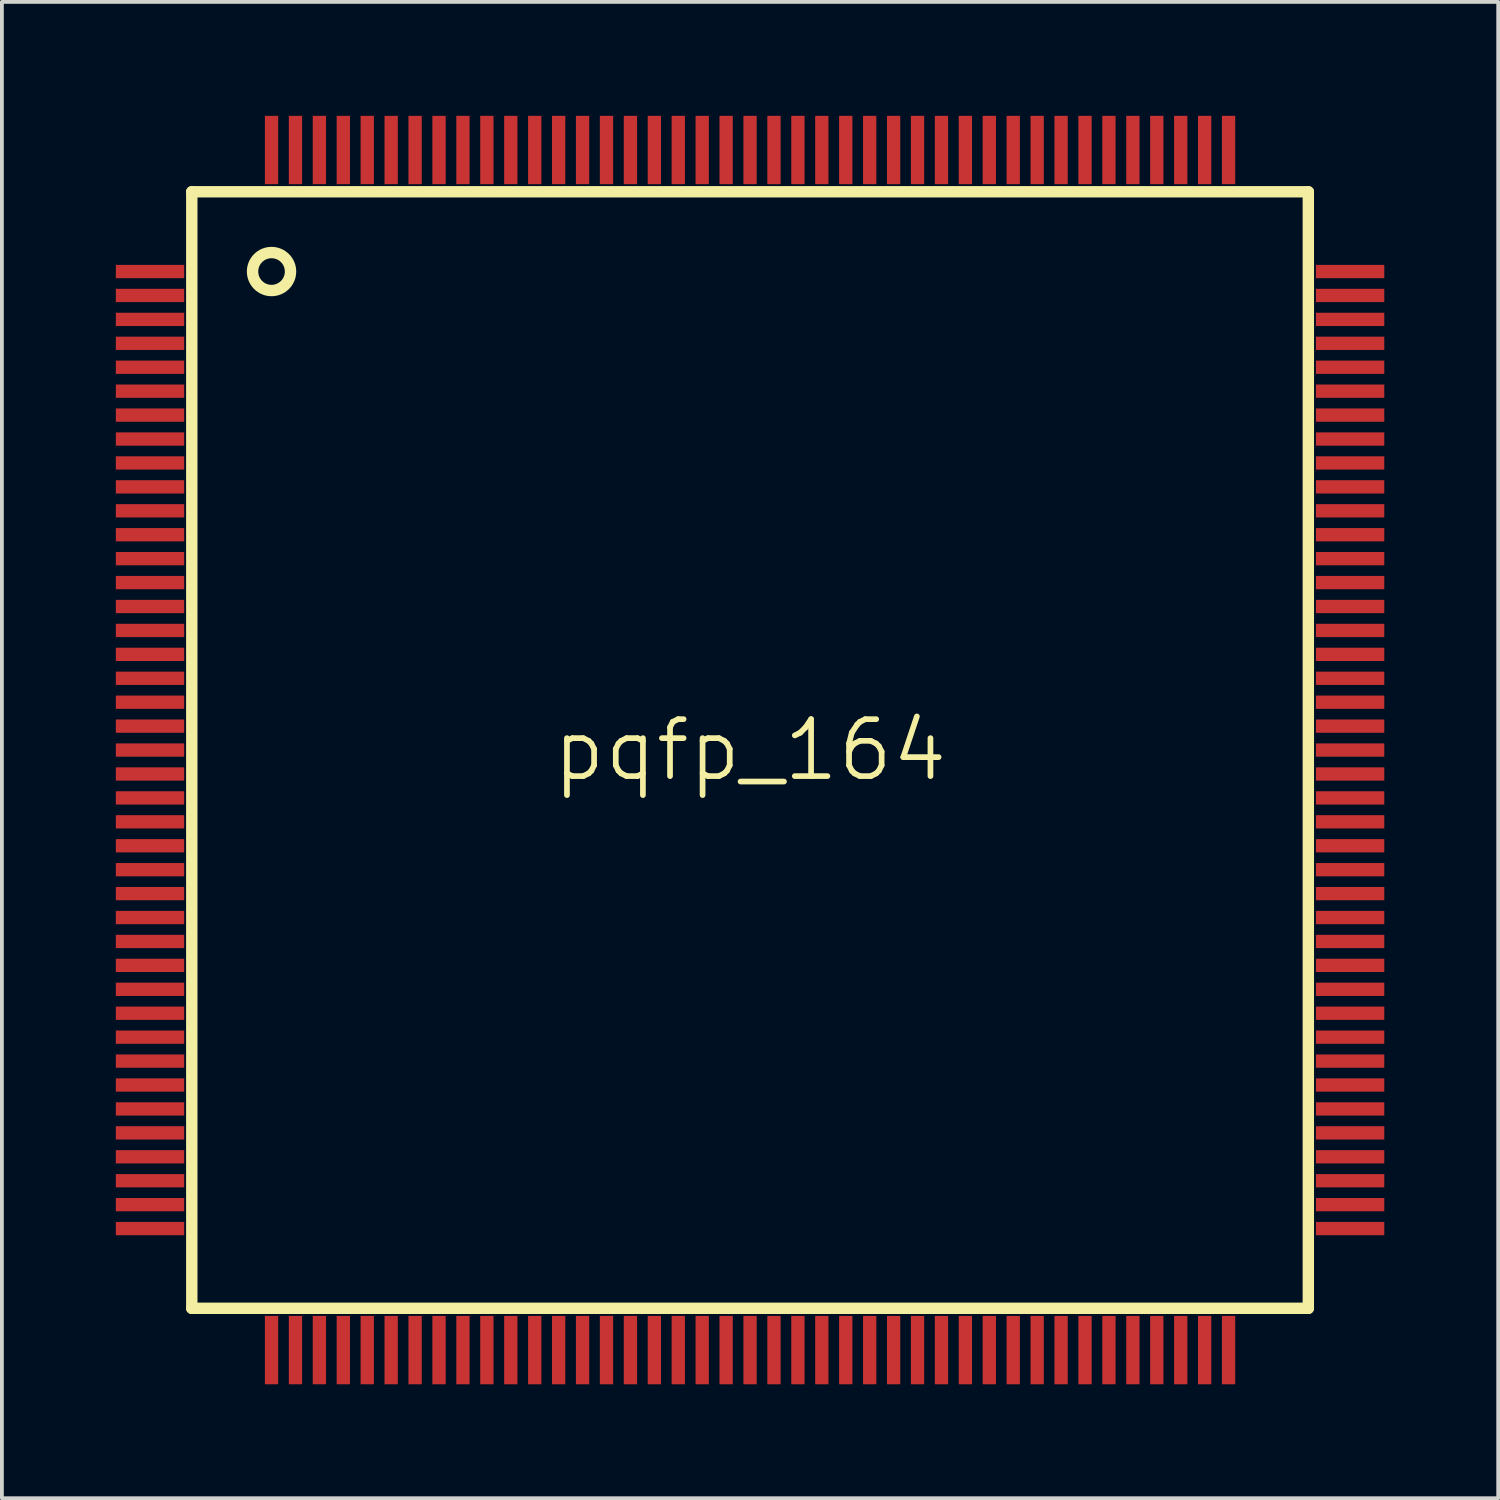
<source format=kicad_pcb>
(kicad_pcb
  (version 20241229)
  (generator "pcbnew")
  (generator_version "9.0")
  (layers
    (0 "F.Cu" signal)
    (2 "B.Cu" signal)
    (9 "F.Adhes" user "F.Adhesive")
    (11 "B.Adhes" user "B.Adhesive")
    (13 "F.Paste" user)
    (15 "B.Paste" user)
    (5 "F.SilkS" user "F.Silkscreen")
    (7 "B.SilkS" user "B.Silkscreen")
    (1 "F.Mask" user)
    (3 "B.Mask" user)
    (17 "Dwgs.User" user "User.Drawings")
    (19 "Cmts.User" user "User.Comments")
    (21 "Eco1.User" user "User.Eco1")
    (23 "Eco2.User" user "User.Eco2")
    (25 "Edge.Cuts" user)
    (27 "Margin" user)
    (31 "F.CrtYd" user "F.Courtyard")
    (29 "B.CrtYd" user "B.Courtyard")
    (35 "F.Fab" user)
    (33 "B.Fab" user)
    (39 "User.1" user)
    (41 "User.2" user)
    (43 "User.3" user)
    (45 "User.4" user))
  (footprint "pqfp_164"
    (layer "F.Cu")
    (at 16.7 16.7)
    (property "Reference" "pqfp_164" (at 0 0 0) (layer "F.SilkS") (effects (font (size 1.5 1.5) (thickness 0.15))))
    (attr through_hole)
    (fp_line (start -14.7 -14.7) (end 14.7 -14.7) (stroke (width 0.3) (type solid)) (layer "F.SilkS"))
    (fp_line (start -14.7 14.7) (end -14.7 -14.7) (stroke (width 0.3) (type solid)) (layer "F.SilkS"))
    (fp_line (start 14.7 -14.7) (end 14.7 14.7) (stroke (width 0.3) (type solid)) (layer "F.SilkS"))
    (fp_line (start 14.7 14.7) (end -14.7 14.7) (stroke (width 0.3) (type solid)) (layer "F.SilkS"))
    (fp_circle (center -12.6 -12.6) (end -12.1 -12.6) (stroke (width 0.3) (type solid)) (fill no) (layer "F.SilkS"))
    (pad "1" smd rect (at -15.8 -12.6 90) (size 0.35 1.8) (layers "F.Cu" "F.Mask" "F.Paste"))
    (pad "2" smd rect (at -15.8 -11.97 90) (size 0.35 1.8) (layers "F.Cu" "F.Mask" "F.Paste"))
    (pad "3" smd rect (at -15.8 -11.34 90) (size 0.35 1.8) (layers "F.Cu" "F.Mask" "F.Paste"))
    (pad "4" smd rect (at -15.8 -10.71 90) (size 0.35 1.8) (layers "F.Cu" "F.Mask" "F.Paste"))
    (pad "5" smd rect (at -15.8 -10.08 90) (size 0.35 1.8) (layers "F.Cu" "F.Mask" "F.Paste"))
    (pad "6" smd rect (at -15.8 -9.45 90) (size 0.35 1.8) (layers "F.Cu" "F.Mask" "F.Paste"))
    (pad "7" smd rect (at -15.8 -8.82 90) (size 0.35 1.8) (layers "F.Cu" "F.Mask" "F.Paste"))
    (pad "8" smd rect (at -15.8 -8.19 90) (size 0.35 1.8) (layers "F.Cu" "F.Mask" "F.Paste"))
    (pad "9" smd rect (at -15.8 -7.56 90) (size 0.35 1.8) (layers "F.Cu" "F.Mask" "F.Paste"))
    (pad "10" smd rect (at -15.8 -6.93 90) (size 0.35 1.8) (layers "F.Cu" "F.Mask" "F.Paste"))
    (pad "11" smd rect (at -15.8 -6.3 90) (size 0.35 1.8) (layers "F.Cu" "F.Mask" "F.Paste"))
    (pad "12" smd rect (at -15.8 -5.67 90) (size 0.35 1.8) (layers "F.Cu" "F.Mask" "F.Paste"))
    (pad "13" smd rect (at -15.8 -5.04 90) (size 0.35 1.8) (layers "F.Cu" "F.Mask" "F.Paste"))
    (pad "14" smd rect (at -15.8 -4.41 90) (size 0.35 1.8) (layers "F.Cu" "F.Mask" "F.Paste"))
    (pad "15" smd rect (at -15.8 -3.78 90) (size 0.35 1.8) (layers "F.Cu" "F.Mask" "F.Paste"))
    (pad "16" smd rect (at -15.8 -3.15 90) (size 0.35 1.8) (layers "F.Cu" "F.Mask" "F.Paste"))
    (pad "17" smd rect (at -15.8 -2.52 90) (size 0.35 1.8) (layers "F.Cu" "F.Mask" "F.Paste"))
    (pad "18" smd rect (at -15.8 -1.89 90) (size 0.35 1.8) (layers "F.Cu" "F.Mask" "F.Paste"))
    (pad "19" smd rect (at -15.8 -1.26 90) (size 0.35 1.8) (layers "F.Cu" "F.Mask" "F.Paste"))
    (pad "20" smd rect (at -15.8 -0.63 90) (size 0.35 1.8) (layers "F.Cu" "F.Mask" "F.Paste"))
    (pad "21" smd rect (at -15.8 0 90) (size 0.35 1.8) (layers "F.Cu" "F.Mask" "F.Paste"))
    (pad "22" smd rect (at -15.8 0.63 90) (size 0.35 1.8) (layers "F.Cu" "F.Mask" "F.Paste"))
    (pad "23" smd rect (at -15.8 1.26 90) (size 0.35 1.8) (layers "F.Cu" "F.Mask" "F.Paste"))
    (pad "24" smd rect (at -15.8 1.89 90) (size 0.35 1.8) (layers "F.Cu" "F.Mask" "F.Paste"))
    (pad "25" smd rect (at -15.8 2.52 90) (size 0.35 1.8) (layers "F.Cu" "F.Mask" "F.Paste"))
    (pad "26" smd rect (at -15.8 3.15 90) (size 0.35 1.8) (layers "F.Cu" "F.Mask" "F.Paste"))
    (pad "27" smd rect (at -15.8 3.78 90) (size 0.35 1.8) (layers "F.Cu" "F.Mask" "F.Paste"))
    (pad "28" smd rect (at -15.8 4.41 90) (size 0.35 1.8) (layers "F.Cu" "F.Mask" "F.Paste"))
    (pad "29" smd rect (at -15.8 5.04 90) (size 0.35 1.8) (layers "F.Cu" "F.Mask" "F.Paste"))
    (pad "30" smd rect (at -15.8 5.67 90) (size 0.35 1.8) (layers "F.Cu" "F.Mask" "F.Paste"))
    (pad "31" smd rect (at -15.8 6.3 90) (size 0.35 1.8) (layers "F.Cu" "F.Mask" "F.Paste"))
    (pad "32" smd rect (at -15.8 6.93 90) (size 0.35 1.8) (layers "F.Cu" "F.Mask" "F.Paste"))
    (pad "33" smd rect (at -15.8 7.56 90) (size 0.35 1.8) (layers "F.Cu" "F.Mask" "F.Paste"))
    (pad "34" smd rect (at -15.8 8.19 90) (size 0.35 1.8) (layers "F.Cu" "F.Mask" "F.Paste"))
    (pad "35" smd rect (at -15.8 8.82 90) (size 0.35 1.8) (layers "F.Cu" "F.Mask" "F.Paste"))
    (pad "36" smd rect (at -15.8 9.45 90) (size 0.35 1.8) (layers "F.Cu" "F.Mask" "F.Paste"))
    (pad "37" smd rect (at -15.8 10.08 90) (size 0.35 1.8) (layers "F.Cu" "F.Mask" "F.Paste"))
    (pad "38" smd rect (at -15.8 10.71 90) (size 0.35 1.8) (layers "F.Cu" "F.Mask" "F.Paste"))
    (pad "39" smd rect (at -15.8 11.34 90) (size 0.35 1.8) (layers "F.Cu" "F.Mask" "F.Paste"))
    (pad "40" smd rect (at -15.8 11.97 90) (size 0.35 1.8) (layers "F.Cu" "F.Mask" "F.Paste"))
    (pad "41" smd rect (at -15.8 12.6 90) (size 0.35 1.8) (layers "F.Cu" "F.Mask" "F.Paste"))
    (pad "42" smd rect (at -12.6 15.8) (size 0.35 1.8) (layers "F.Cu" "F.Mask" "F.Paste"))
    (pad "43" smd rect (at -11.97 15.8) (size 0.35 1.8) (layers "F.Cu" "F.Mask" "F.Paste"))
    (pad "44" smd rect (at -11.34 15.8) (size 0.35 1.8) (layers "F.Cu" "F.Mask" "F.Paste"))
    (pad "45" smd rect (at -10.71 15.8) (size 0.35 1.8) (layers "F.Cu" "F.Mask" "F.Paste"))
    (pad "46" smd rect (at -10.08 15.8) (size 0.35 1.8) (layers "F.Cu" "F.Mask" "F.Paste"))
    (pad "47" smd rect (at -9.45 15.8) (size 0.35 1.8) (layers "F.Cu" "F.Mask" "F.Paste"))
    (pad "48" smd rect (at -8.82 15.8) (size 0.35 1.8) (layers "F.Cu" "F.Mask" "F.Paste"))
    (pad "49" smd rect (at -8.19 15.8) (size 0.35 1.8) (layers "F.Cu" "F.Mask" "F.Paste"))
    (pad "50" smd rect (at -7.56 15.8) (size 0.35 1.8) (layers "F.Cu" "F.Mask" "F.Paste"))
    (pad "51" smd rect (at -6.93 15.8) (size 0.35 1.8) (layers "F.Cu" "F.Mask" "F.Paste"))
    (pad "52" smd rect (at -6.3 15.8) (size 0.35 1.8) (layers "F.Cu" "F.Mask" "F.Paste"))
    (pad "53" smd rect (at -5.67 15.8) (size 0.35 1.8) (layers "F.Cu" "F.Mask" "F.Paste"))
    (pad "54" smd rect (at -5.04 15.8) (size 0.35 1.8) (layers "F.Cu" "F.Mask" "F.Paste"))
    (pad "55" smd rect (at -4.41 15.8) (size 0.35 1.8) (layers "F.Cu" "F.Mask" "F.Paste"))
    (pad "56" smd rect (at -3.78 15.8) (size 0.35 1.8) (layers "F.Cu" "F.Mask" "F.Paste"))
    (pad "57" smd rect (at -3.15 15.8) (size 0.35 1.8) (layers "F.Cu" "F.Mask" "F.Paste"))
    (pad "58" smd rect (at -2.52 15.8) (size 0.35 1.8) (layers "F.Cu" "F.Mask" "F.Paste"))
    (pad "59" smd rect (at -1.89 15.8) (size 0.35 1.8) (layers "F.Cu" "F.Mask" "F.Paste"))
    (pad "60" smd rect (at -1.26 15.8) (size 0.35 1.8) (layers "F.Cu" "F.Mask" "F.Paste"))
    (pad "61" smd rect (at -0.63 15.8) (size 0.35 1.8) (layers "F.Cu" "F.Mask" "F.Paste"))
    (pad "62" smd rect (at 0 15.8) (size 0.35 1.8) (layers "F.Cu" "F.Mask" "F.Paste"))
    (pad "63" smd rect (at 0.63 15.8) (size 0.35 1.8) (layers "F.Cu" "F.Mask" "F.Paste"))
    (pad "64" smd rect (at 1.26 15.8) (size 0.35 1.8) (layers "F.Cu" "F.Mask" "F.Paste"))
    (pad "65" smd rect (at 1.89 15.8) (size 0.35 1.8) (layers "F.Cu" "F.Mask" "F.Paste"))
    (pad "66" smd rect (at 2.52 15.8) (size 0.35 1.8) (layers "F.Cu" "F.Mask" "F.Paste"))
    (pad "67" smd rect (at 3.15 15.8) (size 0.35 1.8) (layers "F.Cu" "F.Mask" "F.Paste"))
    (pad "68" smd rect (at 3.78 15.8) (size 0.35 1.8) (layers "F.Cu" "F.Mask" "F.Paste"))
    (pad "69" smd rect (at 4.41 15.8) (size 0.35 1.8) (layers "F.Cu" "F.Mask" "F.Paste"))
    (pad "70" smd rect (at 5.04 15.8) (size 0.35 1.8) (layers "F.Cu" "F.Mask" "F.Paste"))
    (pad "71" smd rect (at 5.67 15.8) (size 0.35 1.8) (layers "F.Cu" "F.Mask" "F.Paste"))
    (pad "72" smd rect (at 6.3 15.8) (size 0.35 1.8) (layers "F.Cu" "F.Mask" "F.Paste"))
    (pad "73" smd rect (at 6.93 15.8) (size 0.35 1.8) (layers "F.Cu" "F.Mask" "F.Paste"))
    (pad "74" smd rect (at 7.56 15.8) (size 0.35 1.8) (layers "F.Cu" "F.Mask" "F.Paste"))
    (pad "75" smd rect (at 8.19 15.8) (size 0.35 1.8) (layers "F.Cu" "F.Mask" "F.Paste"))
    (pad "76" smd rect (at 8.82 15.8) (size 0.35 1.8) (layers "F.Cu" "F.Mask" "F.Paste"))
    (pad "77" smd rect (at 9.45 15.8) (size 0.35 1.8) (layers "F.Cu" "F.Mask" "F.Paste"))
    (pad "78" smd rect (at 10.08 15.8) (size 0.35 1.8) (layers "F.Cu" "F.Mask" "F.Paste"))
    (pad "79" smd rect (at 10.71 15.8) (size 0.35 1.8) (layers "F.Cu" "F.Mask" "F.Paste"))
    (pad "80" smd rect (at 11.34 15.8) (size 0.35 1.8) (layers "F.Cu" "F.Mask" "F.Paste"))
    (pad "81" smd rect (at 11.97 15.8) (size 0.35 1.8) (layers "F.Cu" "F.Mask" "F.Paste"))
    (pad "82" smd rect (at 12.6 15.8) (size 0.35 1.8) (layers "F.Cu" "F.Mask" "F.Paste"))
    (pad "83" smd rect (at 15.8 12.6 90) (size 0.35 1.8) (layers "F.Cu" "F.Mask" "F.Paste"))
    (pad "84" smd rect (at 15.8 11.97 90) (size 0.35 1.8) (layers "F.Cu" "F.Mask" "F.Paste"))
    (pad "85" smd rect (at 15.8 11.34 90) (size 0.35 1.8) (layers "F.Cu" "F.Mask" "F.Paste"))
    (pad "86" smd rect (at 15.8 10.71 90) (size 0.35 1.8) (layers "F.Cu" "F.Mask" "F.Paste"))
    (pad "87" smd rect (at 15.8 10.08 90) (size 0.35 1.8) (layers "F.Cu" "F.Mask" "F.Paste"))
    (pad "88" smd rect (at 15.8 9.45 90) (size 0.35 1.8) (layers "F.Cu" "F.Mask" "F.Paste"))
    (pad "89" smd rect (at 15.8 8.82 90) (size 0.35 1.8) (layers "F.Cu" "F.Mask" "F.Paste"))
    (pad "90" smd rect (at 15.8 8.19 90) (size 0.35 1.8) (layers "F.Cu" "F.Mask" "F.Paste"))
    (pad "91" smd rect (at 15.8 7.56 90) (size 0.35 1.8) (layers "F.Cu" "F.Mask" "F.Paste"))
    (pad "92" smd rect (at 15.8 6.93 90) (size 0.35 1.8) (layers "F.Cu" "F.Mask" "F.Paste"))
    (pad "93" smd rect (at 15.8 6.3 90) (size 0.35 1.8) (layers "F.Cu" "F.Mask" "F.Paste"))
    (pad "94" smd rect (at 15.8 5.67 90) (size 0.35 1.8) (layers "F.Cu" "F.Mask" "F.Paste"))
    (pad "95" smd rect (at 15.8 5.04 90) (size 0.35 1.8) (layers "F.Cu" "F.Mask" "F.Paste"))
    (pad "96" smd rect (at 15.8 4.41 90) (size 0.35 1.8) (layers "F.Cu" "F.Mask" "F.Paste"))
    (pad "97" smd rect (at 15.8 3.78 90) (size 0.35 1.8) (layers "F.Cu" "F.Mask" "F.Paste"))
    (pad "98" smd rect (at 15.8 3.15 90) (size 0.35 1.8) (layers "F.Cu" "F.Mask" "F.Paste"))
    (pad "99" smd rect (at 15.8 2.52 90) (size 0.35 1.8) (layers "F.Cu" "F.Mask" "F.Paste"))
    (pad "100" smd rect (at 15.8 1.89 90) (size 0.35 1.8) (layers "F.Cu" "F.Mask" "F.Paste"))
    (pad "101" smd rect (at 15.8 1.26 90) (size 0.35 1.8) (layers "F.Cu" "F.Mask" "F.Paste"))
    (pad "102" smd rect (at 15.8 0.63 90) (size 0.35 1.8) (layers "F.Cu" "F.Mask" "F.Paste"))
    (pad "103" smd rect (at 15.8 0 90) (size 0.35 1.8) (layers "F.Cu" "F.Mask" "F.Paste"))
    (pad "104" smd rect (at 15.8 -0.63 90) (size 0.35 1.8) (layers "F.Cu" "F.Mask" "F.Paste"))
    (pad "105" smd rect (at 15.8 -1.26 90) (size 0.35 1.8) (layers "F.Cu" "F.Mask" "F.Paste"))
    (pad "106" smd rect (at 15.8 -1.89 90) (size 0.35 1.8) (layers "F.Cu" "F.Mask" "F.Paste"))
    (pad "107" smd rect (at 15.8 -2.52 90) (size 0.35 1.8) (layers "F.Cu" "F.Mask" "F.Paste"))
    (pad "108" smd rect (at 15.8 -3.15 90) (size 0.35 1.8) (layers "F.Cu" "F.Mask" "F.Paste"))
    (pad "109" smd rect (at 15.8 -3.78 90) (size 0.35 1.8) (layers "F.Cu" "F.Mask" "F.Paste"))
    (pad "110" smd rect (at 15.8 -4.41 90) (size 0.35 1.8) (layers "F.Cu" "F.Mask" "F.Paste"))
    (pad "111" smd rect (at 15.8 -5.04 90) (size 0.35 1.8) (layers "F.Cu" "F.Mask" "F.Paste"))
    (pad "112" smd rect (at 15.8 -5.67 90) (size 0.35 1.8) (layers "F.Cu" "F.Mask" "F.Paste"))
    (pad "113" smd rect (at 15.8 -6.3 90) (size 0.35 1.8) (layers "F.Cu" "F.Mask" "F.Paste"))
    (pad "114" smd rect (at 15.8 -6.93 90) (size 0.35 1.8) (layers "F.Cu" "F.Mask" "F.Paste"))
    (pad "115" smd rect (at 15.8 -7.56 90) (size 0.35 1.8) (layers "F.Cu" "F.Mask" "F.Paste"))
    (pad "116" smd rect (at 15.8 -8.19 90) (size 0.35 1.8) (layers "F.Cu" "F.Mask" "F.Paste"))
    (pad "117" smd rect (at 15.8 -8.82 90) (size 0.35 1.8) (layers "F.Cu" "F.Mask" "F.Paste"))
    (pad "118" smd rect (at 15.8 -9.45 90) (size 0.35 1.8) (layers "F.Cu" "F.Mask" "F.Paste"))
    (pad "119" smd rect (at 15.8 -10.08 90) (size 0.35 1.8) (layers "F.Cu" "F.Mask" "F.Paste"))
    (pad "120" smd rect (at 15.8 -10.71 90) (size 0.35 1.8) (layers "F.Cu" "F.Mask" "F.Paste"))
    (pad "121" smd rect (at 15.8 -11.34 90) (size 0.35 1.8) (layers "F.Cu" "F.Mask" "F.Paste"))
    (pad "122" smd rect (at 15.8 -11.97 90) (size 0.35 1.8) (layers "F.Cu" "F.Mask" "F.Paste"))
    (pad "123" smd rect (at 15.8 -12.6 90) (size 0.35 1.8) (layers "F.Cu" "F.Mask" "F.Paste"))
    (pad "124" smd rect (at 12.6 -15.8) (size 0.35 1.8) (layers "F.Cu" "F.Mask" "F.Paste"))
    (pad "125" smd rect (at 11.97 -15.8) (size 0.35 1.8) (layers "F.Cu" "F.Mask" "F.Paste"))
    (pad "126" smd rect (at 11.34 -15.8) (size 0.35 1.8) (layers "F.Cu" "F.Mask" "F.Paste"))
    (pad "127" smd rect (at 10.71 -15.8) (size 0.35 1.8) (layers "F.Cu" "F.Mask" "F.Paste"))
    (pad "128" smd rect (at 10.08 -15.8) (size 0.35 1.8) (layers "F.Cu" "F.Mask" "F.Paste"))
    (pad "129" smd rect (at 9.45 -15.8) (size 0.35 1.8) (layers "F.Cu" "F.Mask" "F.Paste"))
    (pad "130" smd rect (at 8.82 -15.8) (size 0.35 1.8) (layers "F.Cu" "F.Mask" "F.Paste"))
    (pad "131" smd rect (at 8.19 -15.8) (size 0.35 1.8) (layers "F.Cu" "F.Mask" "F.Paste"))
    (pad "132" smd rect (at 7.56 -15.8) (size 0.35 1.8) (layers "F.Cu" "F.Mask" "F.Paste"))
    (pad "133" smd rect (at 6.93 -15.8) (size 0.35 1.8) (layers "F.Cu" "F.Mask" "F.Paste"))
    (pad "134" smd rect (at 6.3 -15.8) (size 0.35 1.8) (layers "F.Cu" "F.Mask" "F.Paste"))
    (pad "135" smd rect (at 5.67 -15.8) (size 0.35 1.8) (layers "F.Cu" "F.Mask" "F.Paste"))
    (pad "136" smd rect (at 5.04 -15.8) (size 0.35 1.8) (layers "F.Cu" "F.Mask" "F.Paste"))
    (pad "137" smd rect (at 4.41 -15.8) (size 0.35 1.8) (layers "F.Cu" "F.Mask" "F.Paste"))
    (pad "138" smd rect (at 3.78 -15.8) (size 0.35 1.8) (layers "F.Cu" "F.Mask" "F.Paste"))
    (pad "139" smd rect (at 3.15 -15.8) (size 0.35 1.8) (layers "F.Cu" "F.Mask" "F.Paste"))
    (pad "140" smd rect (at 2.52 -15.8) (size 0.35 1.8) (layers "F.Cu" "F.Mask" "F.Paste"))
    (pad "141" smd rect (at 1.89 -15.8) (size 0.35 1.8) (layers "F.Cu" "F.Mask" "F.Paste"))
    (pad "142" smd rect (at 1.26 -15.8) (size 0.35 1.8) (layers "F.Cu" "F.Mask" "F.Paste"))
    (pad "143" smd rect (at 0.63 -15.8) (size 0.35 1.8) (layers "F.Cu" "F.Mask" "F.Paste"))
    (pad "144" smd rect (at 0 -15.8) (size 0.35 1.8) (layers "F.Cu" "F.Mask" "F.Paste"))
    (pad "145" smd rect (at -0.63 -15.8) (size 0.35 1.8) (layers "F.Cu" "F.Mask" "F.Paste"))
    (pad "146" smd rect (at -1.26 -15.8) (size 0.35 1.8) (layers "F.Cu" "F.Mask" "F.Paste"))
    (pad "147" smd rect (at -1.89 -15.8) (size 0.35 1.8) (layers "F.Cu" "F.Mask" "F.Paste"))
    (pad "148" smd rect (at -2.52 -15.8) (size 0.35 1.8) (layers "F.Cu" "F.Mask" "F.Paste"))
    (pad "149" smd rect (at -3.15 -15.8) (size 0.35 1.8) (layers "F.Cu" "F.Mask" "F.Paste"))
    (pad "150" smd rect (at -3.78 -15.8) (size 0.35 1.8) (layers "F.Cu" "F.Mask" "F.Paste"))
    (pad "151" smd rect (at -4.41 -15.8) (size 0.35 1.8) (layers "F.Cu" "F.Mask" "F.Paste"))
    (pad "152" smd rect (at -5.04 -15.8) (size 0.35 1.8) (layers "F.Cu" "F.Mask" "F.Paste"))
    (pad "153" smd rect (at -5.67 -15.8) (size 0.35 1.8) (layers "F.Cu" "F.Mask" "F.Paste"))
    (pad "154" smd rect (at -6.3 -15.8) (size 0.35 1.8) (layers "F.Cu" "F.Mask" "F.Paste"))
    (pad "155" smd rect (at -6.93 -15.8) (size 0.35 1.8) (layers "F.Cu" "F.Mask" "F.Paste"))
    (pad "156" smd rect (at -7.56 -15.8) (size 0.35 1.8) (layers "F.Cu" "F.Mask" "F.Paste"))
    (pad "157" smd rect (at -8.19 -15.8) (size 0.35 1.8) (layers "F.Cu" "F.Mask" "F.Paste"))
    (pad "158" smd rect (at -8.82 -15.8) (size 0.35 1.8) (layers "F.Cu" "F.Mask" "F.Paste"))
    (pad "159" smd rect (at -9.45 -15.8) (size 0.35 1.8) (layers "F.Cu" "F.Mask" "F.Paste"))
    (pad "160" smd rect (at -10.08 -15.8) (size 0.35 1.8) (layers "F.Cu" "F.Mask" "F.Paste"))
    (pad "161" smd rect (at -10.71 -15.8) (size 0.35 1.8) (layers "F.Cu" "F.Mask" "F.Paste"))
    (pad "162" smd rect (at -11.34 -15.8) (size 0.35 1.8) (layers "F.Cu" "F.Mask" "F.Paste"))
    (pad "163" smd rect (at -11.97 -15.8) (size 0.35 1.8) (layers "F.Cu" "F.Mask" "F.Paste"))
    (pad "164" smd rect (at -12.6 -15.8) (size 0.35 1.8) (layers "F.Cu" "F.Mask" "F.Paste")))
  (gr_rect
    (start -3 -3)
    (end 36.4 36.4)
    (stroke (width 0.1) (type default))
    (fill no)
    (layer "Edge.Cuts")))
</source>
